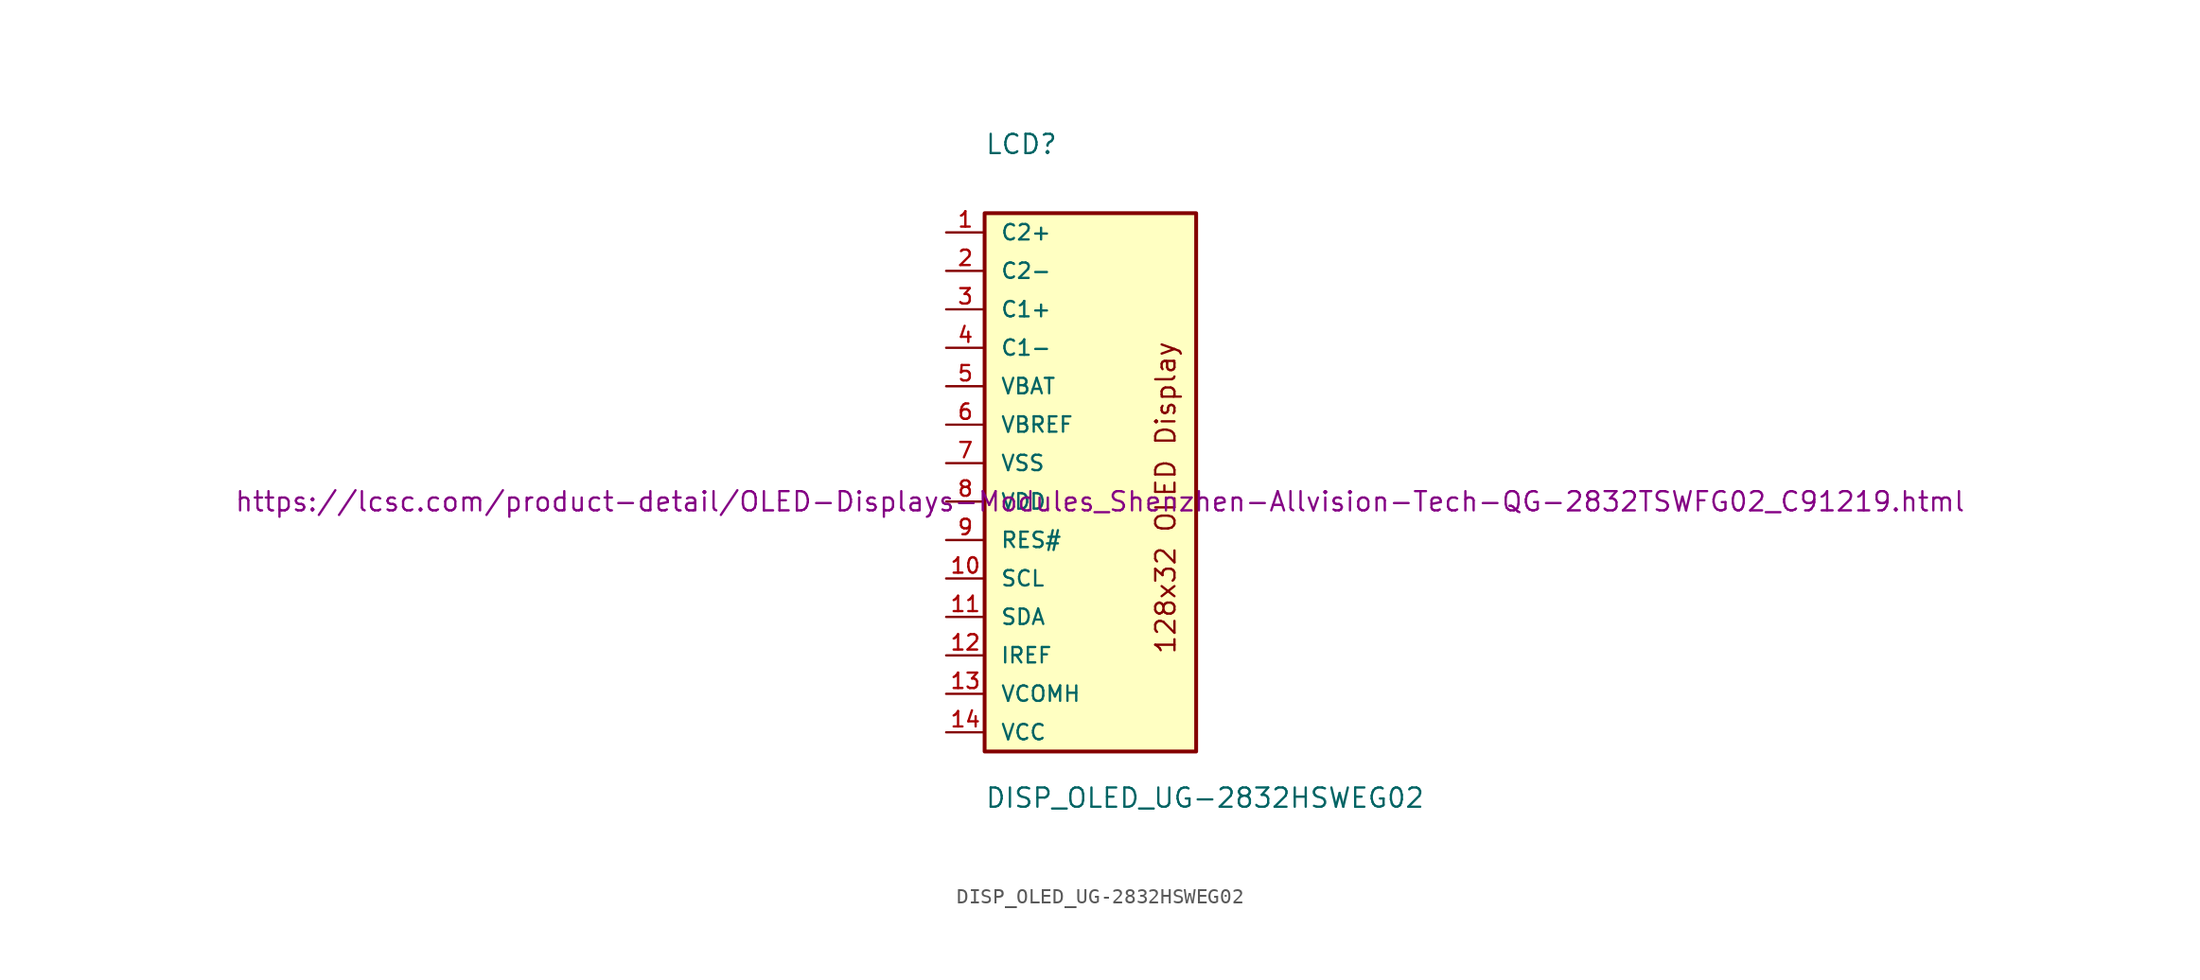
<source format=kicad_sym>
(kicad_symbol_lib
  (version 20211014)
  (generator kicad_symbol_editor)
  (symbol "DISP_OLED_UG-2832HSWEG02"
    (pin_names
      (offset 1.016))
    (property "Reference" "LCD"
      (at -7.62 22.86 0)
      (effects (font (size 1.27 1.27)) (justify left bottom)))
    (property "Value" "DISP_OLED_UG-2832HSWEG02"
      (at -7.62 -20.32 0)
      (effects (font (size 1.27 1.27)) (justify left bottom)))
    (property "Link" "https://lcsc.com/product-detail/OLED-Displays-Modules_Shenzhen-Allvision-Tech-QG-2832TSWFG02_C91219.html"
      (at 0 0 0)
      (effects (font (size 1.27 1.27))))
    (symbol "DISP_OLED_UG-2832HSWEG02_0_0"
      (rectangle (start -7.62 -16.51) (end 6.35 19.05) (stroke (width 0.254) (type default) (color 0 0 0 0)) (fill (type background)))
      (text "128x32 OLED Display" (at 5.08 -10.16 900) (effects (font (size 1.27 1.27)) (justify left bottom)))
      (pin bidirectional line (at -10.16 17.78 0) (length 2.54) (name "C2+" (effects (font (size 1.016 1.016)))) (number "1" (effects (font (size 1.016 1.016)))))
      (pin bidirectional line (at -10.16 -5.08 0) (length 2.54) (name "SCL" (effects (font (size 1.016 1.016)))) (number "10" (effects (font (size 1.016 1.016)))))
      (pin bidirectional line (at -10.16 -7.62 0) (length 2.54) (name "SDA" (effects (font (size 1.016 1.016)))) (number "11" (effects (font (size 1.016 1.016)))))
      (pin bidirectional line (at -10.16 -10.16 0) (length 2.54) (name "IREF" (effects (font (size 1.016 1.016)))) (number "12" (effects (font (size 1.016 1.016)))))
      (pin power_in line (at -10.16 -12.7 0) (length 2.54) (name "VCOMH" (effects (font (size 1.016 1.016)))) (number "13" (effects (font (size 1.016 1.016)))))
      (pin power_in line (at -10.16 -15.24 0) (length 2.54) (name "VCC" (effects (font (size 1.016 1.016)))) (number "14" (effects (font (size 1.016 1.016)))))
      (pin bidirectional line (at -10.16 15.24 0) (length 2.54) (name "C2-" (effects (font (size 1.016 1.016)))) (number "2" (effects (font (size 1.016 1.016)))))
      (pin bidirectional line (at -10.16 12.7 0) (length 2.54) (name "C1+" (effects (font (size 1.016 1.016)))) (number "3" (effects (font (size 1.016 1.016)))))
      (pin bidirectional line (at -10.16 10.16 0) (length 2.54) (name "C1-" (effects (font (size 1.016 1.016)))) (number "4" (effects (font (size 1.016 1.016)))))
      (pin power_in line (at -10.16 7.62 0) (length 2.54) (name "VBAT" (effects (font (size 1.016 1.016)))) (number "5" (effects (font (size 1.016 1.016)))))
      (pin power_in line (at -10.16 5.08 0) (length 2.54) (name "VBREF" (effects (font (size 1.016 1.016)))) (number "6" (effects (font (size 1.016 1.016)))))
      (pin power_in line (at -10.16 2.54 0) (length 2.54) (name "VSS" (effects (font (size 1.016 1.016)))) (number "7" (effects (font (size 1.016 1.016)))))
      (pin power_in line (at -10.16 0 0) (length 2.54) (name "VDD" (effects (font (size 1.016 1.016)))) (number "8" (effects (font (size 1.016 1.016)))))
      (pin bidirectional line (at -10.16 -2.54 0) (length 2.54) (name "RES#" (effects (font (size 1.016 1.016)))) (number "9" (effects (font (size 1.016 1.016))))))))
</source>
